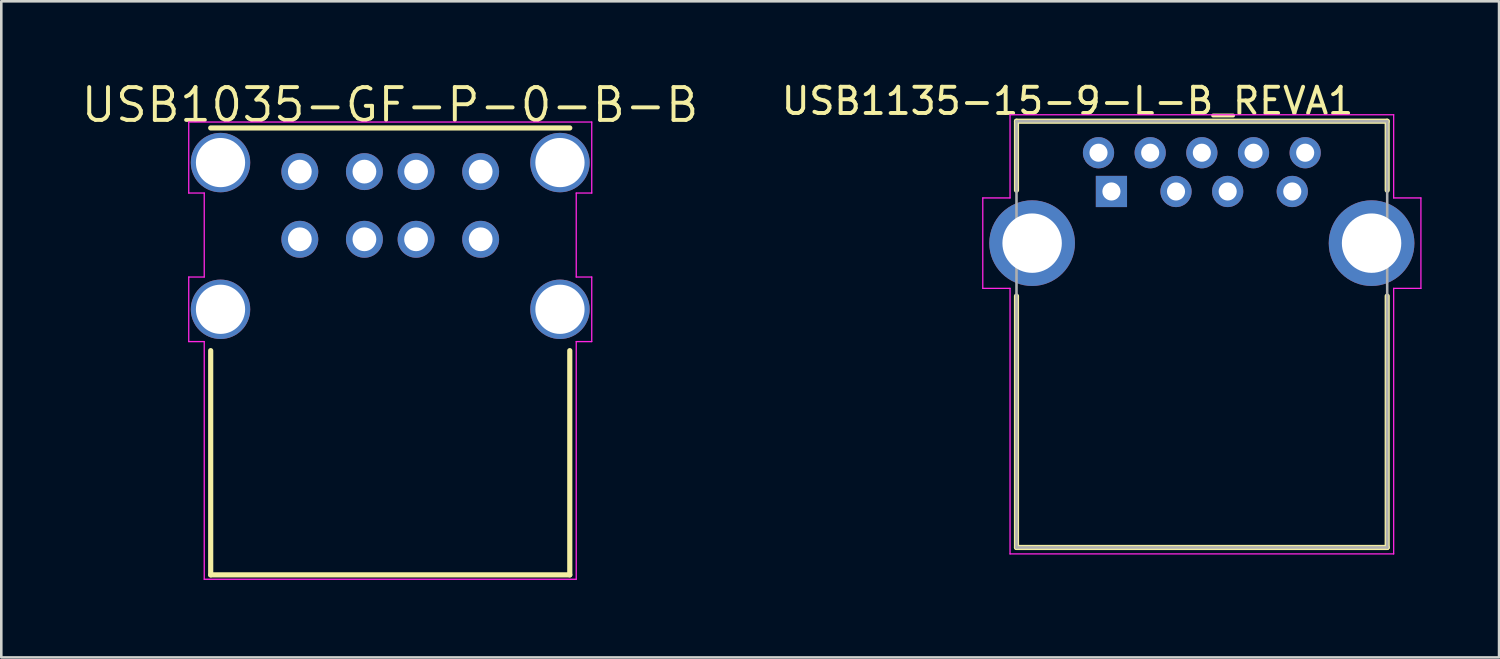
<source format=kicad_pcb>
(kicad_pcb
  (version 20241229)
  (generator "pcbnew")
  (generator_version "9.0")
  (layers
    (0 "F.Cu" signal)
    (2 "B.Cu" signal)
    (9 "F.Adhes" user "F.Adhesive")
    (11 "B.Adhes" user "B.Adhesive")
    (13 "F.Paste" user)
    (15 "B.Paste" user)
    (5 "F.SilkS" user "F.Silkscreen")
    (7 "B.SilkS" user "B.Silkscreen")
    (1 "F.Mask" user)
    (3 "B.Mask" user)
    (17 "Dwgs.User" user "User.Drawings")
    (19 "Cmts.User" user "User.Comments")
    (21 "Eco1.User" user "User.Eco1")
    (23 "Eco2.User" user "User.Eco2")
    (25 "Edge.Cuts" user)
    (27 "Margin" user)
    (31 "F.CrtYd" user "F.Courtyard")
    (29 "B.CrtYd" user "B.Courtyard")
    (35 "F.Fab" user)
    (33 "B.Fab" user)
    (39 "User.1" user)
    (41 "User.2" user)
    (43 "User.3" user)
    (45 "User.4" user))
  (footprint "USB1035-GF-P-0-B-B"
    (layer "F.Cu")
    (at 12.056 8.923)
    (property "Reference" "USB1035-GF-P-0-B-B" (at -0.01 -7.912 180) (layer "F.SilkS") (effects (font (size 1.27 1.27) (thickness 0.152))))
    (attr through_hole)
    (fp_line (start -6.95 -7.02) (end 6.95 -7.02) (stroke (width 0.2) (type solid)) (layer "F.SilkS"))
    (fp_line (start -6.95 10.28) (end -6.95 1.6) (stroke (width 0.2) (type solid)) (layer "F.SilkS"))
    (fp_line (start -6.95 10.28) (end 6.95 10.28) (stroke (width 0.2) (type solid)) (layer "F.SilkS"))
    (fp_line (start 6.95 1.6) (end 6.95 10.28) (stroke (width 0.2) (type solid)) (layer "F.SilkS"))
    (fp_line (start -7.8 -7.25) (end 7.8 -7.25) (stroke (width 0.05) (type solid)) (layer "F.CrtYd"))
    (fp_line (start -7.8 -4.5) (end -7.8 -7.25) (stroke (width 0.05) (type solid)) (layer "F.CrtYd"))
    (fp_line (start -7.8 -1.25) (end -7.2 -1.25) (stroke (width 0.05) (type solid)) (layer "F.CrtYd"))
    (fp_line (start -7.8 1.25) (end -7.8 -1.25) (stroke (width 0.05) (type solid)) (layer "F.CrtYd"))
    (fp_line (start -7.2 -4.5) (end -7.8 -4.5) (stroke (width 0.05) (type solid)) (layer "F.CrtYd"))
    (fp_line (start -7.2 -1.25) (end -7.2 -4.5) (stroke (width 0.05) (type solid)) (layer "F.CrtYd"))
    (fp_line (start -7.2 1.25) (end -7.8 1.25) (stroke (width 0.05) (type solid)) (layer "F.CrtYd"))
    (fp_line (start -7.2 10.45) (end -7.2 1.25) (stroke (width 0.05) (type solid)) (layer "F.CrtYd"))
    (fp_line (start 7.2 -4.5) (end 7.2 -1.25) (stroke (width 0.05) (type solid)) (layer "F.CrtYd"))
    (fp_line (start 7.2 -1.25) (end 7.8 -1.25) (stroke (width 0.05) (type solid)) (layer "F.CrtYd"))
    (fp_line (start 7.2 1.25) (end 7.2 10.45) (stroke (width 0.05) (type solid)) (layer "F.CrtYd"))
    (fp_line (start 7.2 10.45) (end -7.2 10.45) (stroke (width 0.05) (type solid)) (layer "F.CrtYd"))
    (fp_line (start 7.8 -7.25) (end 7.8 -4.5) (stroke (width 0.05) (type solid)) (layer "F.CrtYd"))
    (fp_line (start 7.8 -4.5) (end 7.2 -4.5) (stroke (width 0.05) (type solid)) (layer "F.CrtYd"))
    (fp_line (start 7.8 -1.25) (end 7.8 1.25) (stroke (width 0.05) (type solid)) (layer "F.CrtYd"))
    (fp_line (start 7.8 1.25) (end 7.2 1.25) (stroke (width 0.05) (type solid)) (layer "F.CrtYd"))
    (pad "1" thru_hole circle (at -3.5 -5.33) (size 1.428 1.428) (drill 0.92) (layers "*.Cu" "*.Mask"))
    (pad "2" thru_hole circle (at -1 -5.33) (size 1.428 1.428) (drill 0.92) (layers "*.Cu" "*.Mask"))
    (pad "3" thru_hole circle (at 1 -5.33) (size 1.428 1.428) (drill 0.92) (layers "*.Cu" "*.Mask"))
    (pad "4" thru_hole circle (at 3.5 -5.33) (size 1.428 1.428) (drill 0.92) (layers "*.Cu" "*.Mask"))
    (pad "5" thru_hole circle (at -3.5 -2.71) (size 1.428 1.428) (drill 0.92) (layers "*.Cu" "*.Mask"))
    (pad "6" thru_hole circle (at -1 -2.71) (size 1.428 1.428) (drill 0.92) (layers "*.Cu" "*.Mask"))
    (pad "7" thru_hole circle (at 1 -2.71) (size 1.428 1.428) (drill 0.92) (layers "*.Cu" "*.Mask"))
    (pad "8" thru_hole circle (at 3.5 -2.71) (size 1.428 1.428) (drill 0.92) (layers "*.Cu" "*.Mask"))
    (pad "SH" thru_hole circle (at -6.57 -5.68) (size 2.3 2.3) (drill 1.905) (layers "*.Cu" "*.Mask"))
    (pad "SH" thru_hole circle (at -6.57 0) (size 2.3 2.3) (drill 1.905) (layers "*.Cu" "*.Mask"))
    (pad "SH" thru_hole circle (at 6.57 -5.68) (size 2.3 2.3) (drill 1.905) (layers "*.Cu" "*.Mask"))
    (pad "SH" thru_hole circle (at 6.57 0) (size 2.3 2.3) (drill 1.905) (layers "*.Cu" "*.Mask")))
  (footprint "USB1135-15-9-L-B_REVA1"
    (layer "F.Cu")
    (at 43.473 6.362)
    (property "Reference" "USB1135-15-9-L-B_REVA1" (at -5.2 -5.5 0) (layer "F.SilkS") (effects (font (size 1.016 1.016) (thickness 0.152))))
    (attr through_hole)
    (fp_line (start -7.175 -4.72) (end -7.175 -2.05) (stroke (width 0.2) (type solid)) (layer "F.SilkS"))
    (fp_line (start -7.175 -4.72) (end 7.175 -4.72) (stroke (width 0.2) (type solid)) (layer "F.SilkS"))
    (fp_line (start -7.175 2.05) (end -7.175 11.78) (stroke (width 0.2) (type solid)) (layer "F.SilkS"))
    (fp_line (start -7.175 11.78) (end 7.175 11.78) (stroke (width 0.2) (type solid)) (layer "F.SilkS"))
    (fp_line (start 7.175 -4.72) (end 7.175 -2.05) (stroke (width 0.2) (type solid)) (layer "F.SilkS"))
    (fp_line (start 7.175 11.78) (end 7.175 2.05) (stroke (width 0.2) (type solid)) (layer "F.SilkS"))
    (fp_line (start -8.48 -1.75) (end -7.425 -1.75) (stroke (width 0.05) (type solid)) (layer "F.CrtYd"))
    (fp_line (start -8.48 1.75) (end -8.48 -1.75) (stroke (width 0.05) (type solid)) (layer "F.CrtYd"))
    (fp_line (start -7.425 -4.97) (end 7.425 -4.97) (stroke (width 0.05) (type solid)) (layer "F.CrtYd"))
    (fp_line (start -7.425 -1.75) (end -7.425 -4.97) (stroke (width 0.05) (type solid)) (layer "F.CrtYd"))
    (fp_line (start -7.425 1.75) (end -8.48 1.75) (stroke (width 0.05) (type solid)) (layer "F.CrtYd"))
    (fp_line (start -7.425 12.03) (end -7.425 1.75) (stroke (width 0.05) (type solid)) (layer "F.CrtYd"))
    (fp_line (start 7.425 -4.97) (end 7.425 -1.75) (stroke (width 0.05) (type solid)) (layer "F.CrtYd"))
    (fp_line (start 7.425 -1.75) (end 8.48 -1.75) (stroke (width 0.05) (type solid)) (layer "F.CrtYd"))
    (fp_line (start 7.425 1.75) (end 7.425 12.03) (stroke (width 0.05) (type solid)) (layer "F.CrtYd"))
    (fp_line (start 7.425 12.03) (end -7.425 12.03) (stroke (width 0.05) (type solid)) (layer "F.CrtYd"))
    (fp_line (start 8.48 -1.75) (end 8.48 1.75) (stroke (width 0.05) (type solid)) (layer "F.CrtYd"))
    (fp_line (start 8.48 1.75) (end 7.425 1.75) (stroke (width 0.05) (type solid)) (layer "F.CrtYd"))
    (fp_line (start -7.175 -4.72) (end 7.175 -4.72) (stroke (width 0.1) (type solid)) (layer "F.Fab"))
    (fp_line (start -7.175 11.78) (end -7.175 -4.72) (stroke (width 0.1) (type solid)) (layer "F.Fab"))
    (fp_line (start 7.175 -4.72) (end 7.175 11.78) (stroke (width 0.1) (type solid)) (layer "F.Fab"))
    (fp_line (start 7.175 11.78) (end -7.175 11.78) (stroke (width 0.1) (type solid)) (layer "F.Fab"))
    (pad "1" thru_hole rect (at -3.5 -2) (size 1.208 1.208) (drill 0.7) (layers "*.Cu" "*.Mask"))
    (pad "2" thru_hole circle (at -1 -2) (size 1.208 1.208) (drill 0.7) (layers "*.Cu" "*.Mask"))
    (pad "3" thru_hole circle (at 1 -2) (size 1.208 1.208) (drill 0.7) (layers "*.Cu" "*.Mask"))
    (pad "4" thru_hole circle (at 3.5 -2) (size 1.208 1.208) (drill 0.7) (layers "*.Cu" "*.Mask"))
    (pad "5" thru_hole circle (at 4 -3.5) (size 1.208 1.208) (drill 0.7) (layers "*.Cu" "*.Mask"))
    (pad "6" thru_hole circle (at 2 -3.5) (size 1.208 1.208) (drill 0.7) (layers "*.Cu" "*.Mask"))
    (pad "7" thru_hole circle (at 0 -3.5) (size 1.208 1.208) (drill 0.7) (layers "*.Cu" "*.Mask"))
    (pad "8" thru_hole circle (at -2 -3.5) (size 1.208 1.208) (drill 0.7) (layers "*.Cu" "*.Mask"))
    (pad "9" thru_hole circle (at -4 -3.5) (size 1.208 1.208) (drill 0.7) (layers "*.Cu" "*.Mask"))
    (pad "SH" thru_hole circle (at -6.57 0) (size 3.316 3.316) (drill 2.3) (layers "*.Cu" "*.Mask"))
    (pad "SH" thru_hole circle (at 6.57 0) (size 3.316 3.316) (drill 2.3) (layers "*.Cu" "*.Mask")))
  (gr_rect
    (start -3 -3)
    (end 54.978 22.398)
    (stroke (width 0.1) (type default))
    (fill no)
    (layer "Edge.Cuts")))
</source>
